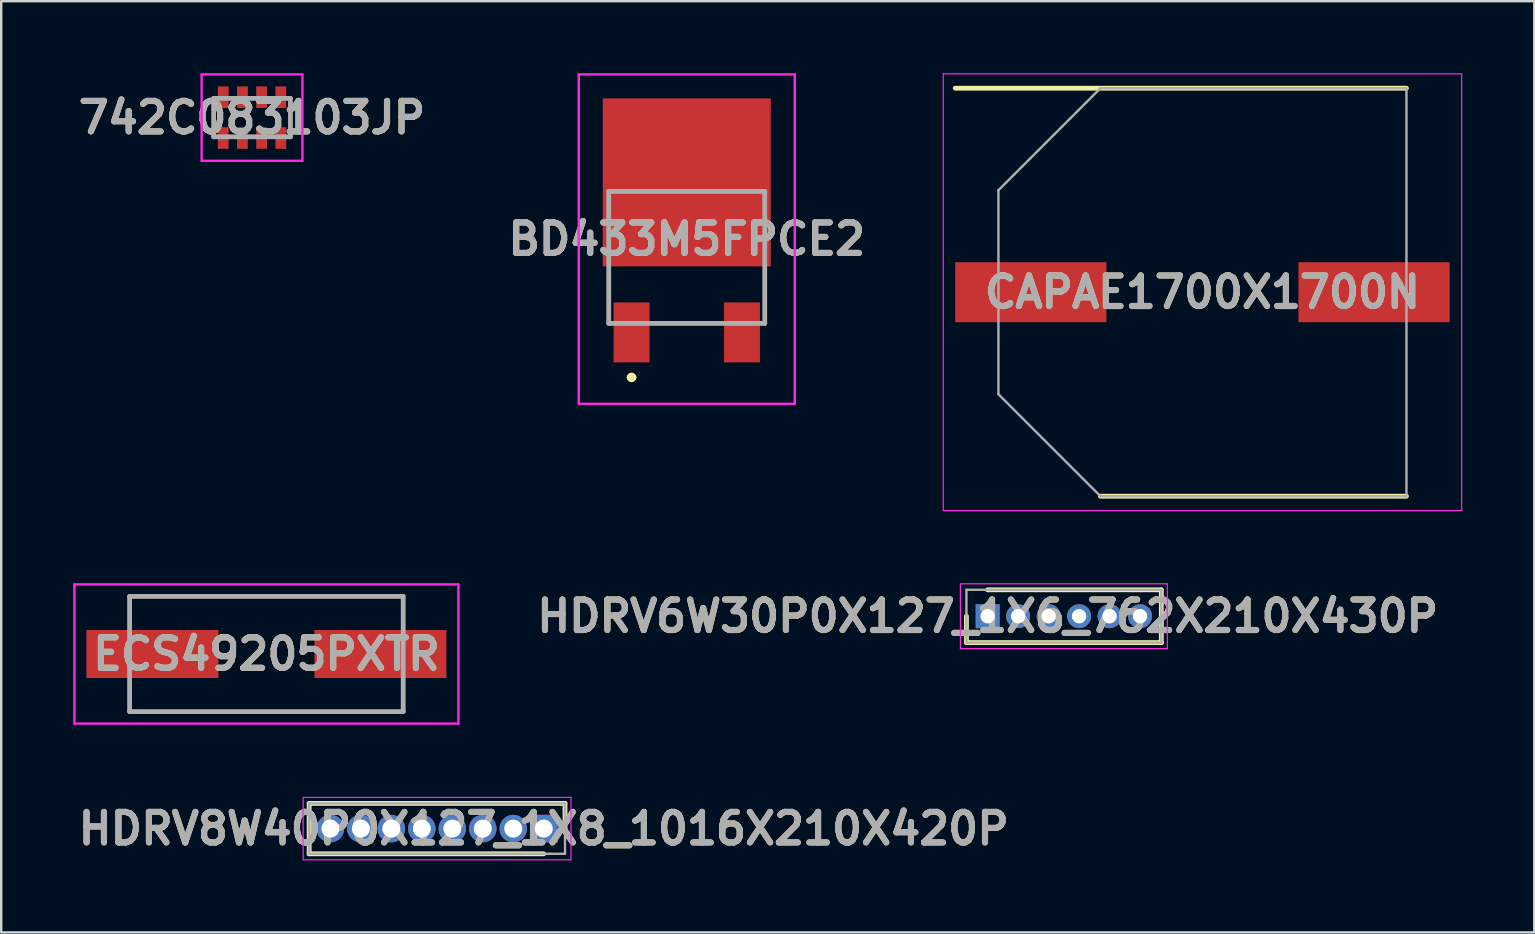
<source format=kicad_pcb>
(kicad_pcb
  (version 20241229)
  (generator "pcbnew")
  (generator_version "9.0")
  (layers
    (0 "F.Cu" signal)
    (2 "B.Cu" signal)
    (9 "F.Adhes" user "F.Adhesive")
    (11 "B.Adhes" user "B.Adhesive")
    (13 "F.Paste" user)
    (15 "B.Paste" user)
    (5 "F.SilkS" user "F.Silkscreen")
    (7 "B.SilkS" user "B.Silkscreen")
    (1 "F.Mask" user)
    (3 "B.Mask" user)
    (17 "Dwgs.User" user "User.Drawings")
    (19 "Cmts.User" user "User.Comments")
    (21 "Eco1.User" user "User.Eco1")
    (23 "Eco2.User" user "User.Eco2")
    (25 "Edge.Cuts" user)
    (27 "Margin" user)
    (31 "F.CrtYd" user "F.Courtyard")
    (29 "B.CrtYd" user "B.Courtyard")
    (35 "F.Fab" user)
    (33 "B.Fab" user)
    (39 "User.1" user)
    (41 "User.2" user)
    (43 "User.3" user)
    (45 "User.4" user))
  (footprint "742C083103JP"
    (layer "F.Cu")
    (at 7.451 1.85)
    (property "Reference" "742C083103JP" (at 0 0 0) (layer "F.SilkS") (effects (font (size 1.27 1.27) (thickness 0.254))))
    (attr smd)
    (fp_line (start -1.6 -0.85) (end -1.6 0.8) (stroke (width 0.1) (type solid)) (layer "F.SilkS"))
    (fp_line (start 1.6 -0.85) (end 1.6 0.8) (stroke (width 0.1) (type solid)) (layer "F.SilkS"))
    (fp_line (start -2.1 -1.8) (end 2.1 -1.8) (stroke (width 0.1) (type solid)) (layer "F.CrtYd"))
    (fp_line (start -2.1 1.8) (end -2.1 -1.8) (stroke (width 0.1) (type solid)) (layer "F.CrtYd"))
    (fp_line (start 2.1 -1.8) (end 2.1 1.8) (stroke (width 0.1) (type solid)) (layer "F.CrtYd"))
    (fp_line (start 2.1 1.8) (end -2.1 1.8) (stroke (width 0.1) (type solid)) (layer "F.CrtYd"))
    (fp_line (start -1.6 -0.8) (end 1.6 -0.8) (stroke (width 0.2) (type solid)) (layer "F.Fab"))
    (fp_line (start -1.6 0.8) (end -1.6 -0.8) (stroke (width 0.2) (type solid)) (layer "F.Fab"))
    (fp_line (start 1.6 -0.8) (end 1.6 0.8) (stroke (width 0.2) (type solid)) (layer "F.Fab"))
    (fp_line (start 1.6 0.8) (end -1.6 0.8) (stroke (width 0.2) (type solid)) (layer "F.Fab"))
    (fp_text user "${REFERENCE}" (at 0 0 0) (layer "F.Fab") (effects (font (size 1.27 1.27) (thickness 0.254))))
    (pad "1" smd rect (at -1.2 0.85) (size 0.45 0.9) (layers "F.Cu" "F.Mask" "F.Paste"))
    (pad "2" smd rect (at -0.4 0.85) (size 0.45 0.9) (layers "F.Cu" "F.Mask" "F.Paste"))
    (pad "3" smd rect (at 0.4 0.85) (size 0.45 0.9) (layers "F.Cu" "F.Mask" "F.Paste"))
    (pad "4" smd rect (at 1.2 0.85) (size 0.45 0.9) (layers "F.Cu" "F.Mask" "F.Paste"))
    (pad "5" smd rect (at 1.2 -0.85) (size 0.45 0.9) (layers "F.Cu" "F.Mask" "F.Paste"))
    (pad "6" smd rect (at 0.4 -0.85) (size 0.45 0.9) (layers "F.Cu" "F.Mask" "F.Paste"))
    (pad "7" smd rect (at -0.4 -0.85) (size 0.45 0.9) (layers "F.Cu" "F.Mask" "F.Paste"))
    (pad "8" smd rect (at -1.2 -0.85) (size 0.45 0.9) (layers "F.Cu" "F.Mask" "F.Paste")))
  (footprint "ECS49205PXTR"
    (layer "F.Cu")
    (at 8.05 24.2)
    (property "Reference" "ECS49205PXTR" (at 0 0 0) (layer "F.SilkS") (effects (font (size 1.27 1.27) (thickness 0.254))))
    (attr smd)
    (fp_line (start -5.7 -2.4) (end 5.7 -2.4) (stroke (width 0.1) (type solid)) (layer "F.SilkS"))
    (fp_line (start -5.7 -1.5) (end -5.7 -2.4) (stroke (width 0.1) (type solid)) (layer "F.SilkS"))
    (fp_line (start -5.7 1.5) (end -5.7 2.4) (stroke (width 0.1) (type solid)) (layer "F.SilkS"))
    (fp_line (start -5.7 2.4) (end 5.7 2.4) (stroke (width 0.1) (type solid)) (layer "F.SilkS"))
    (fp_line (start 5.7 -2.4) (end 5.7 -1.5) (stroke (width 0.1) (type solid)) (layer "F.SilkS"))
    (fp_line (start 5.7 2.4) (end 5.7 1.5) (stroke (width 0.1) (type solid)) (layer "F.SilkS"))
    (fp_line (start -8 -2.9) (end 8 -2.9) (stroke (width 0.1) (type solid)) (layer "F.CrtYd"))
    (fp_line (start -8 2.9) (end -8 -2.9) (stroke (width 0.1) (type solid)) (layer "F.CrtYd"))
    (fp_line (start 8 -2.9) (end 8 2.9) (stroke (width 0.1) (type solid)) (layer "F.CrtYd"))
    (fp_line (start 8 2.9) (end -8 2.9) (stroke (width 0.1) (type solid)) (layer "F.CrtYd"))
    (fp_line (start -5.7 -2.4) (end 5.7 -2.4) (stroke (width 0.2) (type solid)) (layer "F.Fab"))
    (fp_line (start -5.7 2.4) (end -5.7 -2.4) (stroke (width 0.2) (type solid)) (layer "F.Fab"))
    (fp_line (start 5.7 -2.4) (end 5.7 2.4) (stroke (width 0.2) (type solid)) (layer "F.Fab"))
    (fp_line (start 5.7 2.4) (end -5.7 2.4) (stroke (width 0.2) (type solid)) (layer "F.Fab"))
    (fp_text user "${REFERENCE}" (at 0 0 0) (layer "F.Fab") (effects (font (size 1.27 1.27) (thickness 0.254))))
    (pad "1" smd rect (at -4.75 0 90) (size 2 5.5) (layers "F.Cu" "F.Mask" "F.Paste"))
    (pad "2" smd rect (at 4.75 0 90) (size 2 5.5) (layers "F.Cu" "F.Mask" "F.Paste")))
  (footprint "CAPAE1700X1700N"
    (layer "F.Cu")
    (at 47.051 9.125)
    (property "Reference" "CAPAE1700X1700N" (at 0 0 0) (layer "F.SilkS") (effects (font (size 1.27 1.27) (thickness 0.254))))
    (attr smd)
    (fp_line (start -10.3 -8.5) (end 8.5 -8.5) (stroke (width 0.2) (type solid)) (layer "F.SilkS"))
    (fp_line (start -4.25 8.5) (end 8.5 8.5) (stroke (width 0.2) (type solid)) (layer "F.SilkS"))
    (fp_line (start -10.8 -9.1) (end 10.8 -9.1) (stroke (width 0.05) (type solid)) (layer "F.CrtYd"))
    (fp_line (start -10.8 9.1) (end -10.8 -9.1) (stroke (width 0.05) (type solid)) (layer "F.CrtYd"))
    (fp_line (start 10.8 -9.1) (end 10.8 9.1) (stroke (width 0.05) (type solid)) (layer "F.CrtYd"))
    (fp_line (start 10.8 9.1) (end -10.8 9.1) (stroke (width 0.05) (type solid)) (layer "F.CrtYd"))
    (fp_line (start -8.5 -4.25) (end -8.5 4.25) (stroke (width 0.1) (type solid)) (layer "F.Fab"))
    (fp_line (start -8.5 4.25) (end -4.25 8.5) (stroke (width 0.1) (type solid)) (layer "F.Fab"))
    (fp_line (start -4.25 -8.5) (end -8.5 -4.25) (stroke (width 0.1) (type solid)) (layer "F.Fab"))
    (fp_line (start -4.25 8.5) (end 8.5 8.5) (stroke (width 0.1) (type solid)) (layer "F.Fab"))
    (fp_line (start 8.5 -8.5) (end -4.25 -8.5) (stroke (width 0.1) (type solid)) (layer "F.Fab"))
    (fp_line (start 8.5 8.5) (end 8.5 -8.5) (stroke (width 0.1) (type solid)) (layer "F.Fab"))
    (fp_text user "${REFERENCE}" (at 0 0 0) (layer "F.Fab") (effects (font (size 1.27 1.27) (thickness 0.254))))
    (pad "1" smd rect (at -7.15 0 90) (size 2.5 6.3) (layers "F.Cu" "F.Mask" "F.Paste"))
    (pad "2" smd rect (at 7.15 0 90) (size 2.5 6.3) (layers "F.Cu" "F.Mask" "F.Paste")))
  (footprint "HDRV8W40P0X127_1X8_1016X210X420P"
    (layer "F.Cu")
    (at 19.606 31.475)
    (property "Reference" "HDRV8W40P0X127_1X8_1016X210X420P" (at 0 0 0) (layer "F.SilkS") (effects (font (size 1.27 1.27) (thickness 0.254))))
    (attr through_hole)
    (fp_line (start -9.775 -1.05) (end 0.885 -1.05) (stroke (width 0.2) (type solid)) (layer "F.SilkS"))
    (fp_line (start -9.775 1.05) (end -9.775 -1.05) (stroke (width 0.2) (type solid)) (layer "F.SilkS"))
    (fp_line (start 0 1.05) (end -9.775 1.05) (stroke (width 0.2) (type solid)) (layer "F.SilkS"))
    (fp_line (start 0.885 -1.05) (end 0.885 0) (stroke (width 0.2) (type solid)) (layer "F.SilkS"))
    (fp_line (start -10.025 -1.3) (end 1.135 -1.3) (stroke (width 0.05) (type solid)) (layer "F.CrtYd"))
    (fp_line (start -10.025 1.3) (end -10.025 -1.3) (stroke (width 0.05) (type solid)) (layer "F.CrtYd"))
    (fp_line (start 1.135 -1.3) (end 1.135 1.3) (stroke (width 0.05) (type solid)) (layer "F.CrtYd"))
    (fp_line (start 1.135 1.3) (end -10.025 1.3) (stroke (width 0.05) (type solid)) (layer "F.CrtYd"))
    (fp_line (start -9.775 -1.05) (end 0.885 -1.05) (stroke (width 0.1) (type solid)) (layer "F.Fab"))
    (fp_line (start -9.775 1.05) (end -9.775 -1.05) (stroke (width 0.1) (type solid)) (layer "F.Fab"))
    (fp_line (start 0.885 -1.05) (end 0.885 1.05) (stroke (width 0.1) (type solid)) (layer "F.Fab"))
    (fp_line (start 0.885 1.05) (end -9.775 1.05) (stroke (width 0.1) (type solid)) (layer "F.Fab"))
    (fp_text user "${REFERENCE}" (at 0 0 0) (layer "F.Fab") (effects (font (size 1.27 1.27) (thickness 0.254))))
    (pad "1" thru_hole rect (at 0 0) (size 1.15 1.15) (drill 0.75) (layers "*.Cu" "*.Mask"))
    (pad "2" thru_hole circle (at -1.27 0) (size 1.15 1.15) (drill 0.75) (layers "*.Cu" "*.Mask"))
    (pad "3" thru_hole circle (at -2.54 0) (size 1.15 1.15) (drill 0.75) (layers "*.Cu" "*.Mask"))
    (pad "4" thru_hole circle (at -3.81 0) (size 1.15 1.15) (drill 0.75) (layers "*.Cu" "*.Mask"))
    (pad "5" thru_hole circle (at -5.08 0) (size 1.15 1.15) (drill 0.75) (layers "*.Cu" "*.Mask"))
    (pad "6" thru_hole circle (at -6.35 0) (size 1.15 1.15) (drill 0.75) (layers "*.Cu" "*.Mask"))
    (pad "7" thru_hole circle (at -7.62 0) (size 1.15 1.15) (drill 0.75) (layers "*.Cu" "*.Mask"))
    (pad "8" thru_hole circle (at -8.89 0) (size 1.15 1.15) (drill 0.75) (layers "*.Cu" "*.Mask")))
  (footprint "HDRV6W30P0X127_1X6_762X210X430P"
    (layer "F.Cu")
    (at 38.102 22.625)
    (property "Reference" "HDRV6W30P0X127_1X6_762X210X430P" (at 0 0 0) (layer "F.SilkS") (effects (font (size 1.27 1.27) (thickness 0.254))))
    (attr through_hole)
    (fp_line (start -0.885 0) (end -0.885 1.1) (stroke (width 0.2) (type solid)) (layer "F.SilkS"))
    (fp_line (start -0.885 1.1) (end 7.235 1.1) (stroke (width 0.2) (type solid)) (layer "F.SilkS"))
    (fp_line (start 7.235 -1.1) (end 0 -1.1) (stroke (width 0.2) (type solid)) (layer "F.SilkS"))
    (fp_line (start 7.235 1.1) (end 7.235 -1.1) (stroke (width 0.2) (type solid)) (layer "F.SilkS"))
    (fp_line (start -1.135 -1.35) (end 7.485 -1.35) (stroke (width 0.05) (type solid)) (layer "F.CrtYd"))
    (fp_line (start -1.135 1.35) (end -1.135 -1.35) (stroke (width 0.05) (type solid)) (layer "F.CrtYd"))
    (fp_line (start 7.485 -1.35) (end 7.485 1.35) (stroke (width 0.05) (type solid)) (layer "F.CrtYd"))
    (fp_line (start 7.485 1.35) (end -1.135 1.35) (stroke (width 0.05) (type solid)) (layer "F.CrtYd"))
    (fp_line (start -0.885 -1.1) (end 7.235 -1.1) (stroke (width 0.1) (type solid)) (layer "F.Fab"))
    (fp_line (start -0.885 1.1) (end -0.885 -1.1) (stroke (width 0.1) (type solid)) (layer "F.Fab"))
    (fp_line (start 7.235 -1.1) (end 7.235 1.1) (stroke (width 0.1) (type solid)) (layer "F.Fab"))
    (fp_line (start 7.235 1.1) (end -0.885 1.1) (stroke (width 0.1) (type solid)) (layer "F.Fab"))
    (fp_text user "${REFERENCE}" (at 0 0 0) (layer "F.Fab") (effects (font (size 1.27 1.27) (thickness 0.254))))
    (pad "1" thru_hole rect (at 0 0) (size 1 1) (drill 0.6) (layers "*.Cu" "*.Mask"))
    (pad "2" thru_hole circle (at 1.27 0) (size 1 1) (drill 0.6) (layers "*.Cu" "*.Mask"))
    (pad "3" thru_hole circle (at 2.54 0) (size 1 1) (drill 0.6) (layers "*.Cu" "*.Mask"))
    (pad "4" thru_hole circle (at 3.81 0) (size 1 1) (drill 0.6) (layers "*.Cu" "*.Mask"))
    (pad "5" thru_hole circle (at 5.08 0) (size 1 1) (drill 0.6) (layers "*.Cu" "*.Mask"))
    (pad "6" thru_hole circle (at 6.35 0) (size 1 1) (drill 0.6) (layers "*.Cu" "*.Mask")))
  (footprint "BD433M5FPCE2"
    (layer "F.Cu")
    (at 25.564 7.675)
    (property "Reference" "BD433M5FPCE2" (at 0 -0.762 0) (layer "F.SilkS") (effects (font (size 1.27 1.27) (thickness 0.254))))
    (attr smd)
    (fp_line (start -2.4 5) (end -2.4 5) (stroke (width 0.2) (type solid)) (layer "F.SilkS"))
    (fp_line (start -2.2 5) (end -2.2 5) (stroke (width 0.2) (type solid)) (layer "F.SilkS"))
    (fp_line (start -1.2 2.75) (end 1.2 2.75) (stroke (width 0.1) (type solid)) (layer "F.SilkS"))
    (fp_arc (start -2.4 5) (mid -2.3 4.9) (end -2.2 5) (stroke (width 0.2) (type solid)) (layer "F.SilkS"))
    (fp_arc (start -2.2 5) (mid -2.3 5.1) (end -2.4 5) (stroke (width 0.2) (type solid)) (layer "F.SilkS"))
    (fp_line (start -4.5 -7.625) (end 4.5 -7.625) (stroke (width 0.1) (type solid)) (layer "F.CrtYd"))
    (fp_line (start -4.5 6.1) (end -4.5 -7.625) (stroke (width 0.1) (type solid)) (layer "F.CrtYd"))
    (fp_line (start 4.5 -7.625) (end 4.5 6.1) (stroke (width 0.1) (type solid)) (layer "F.CrtYd"))
    (fp_line (start 4.5 6.1) (end -4.5 6.1) (stroke (width 0.1) (type solid)) (layer "F.CrtYd"))
    (fp_line (start -3.25 -2.75) (end 3.25 -2.75) (stroke (width 0.2) (type solid)) (layer "F.Fab"))
    (fp_line (start -3.25 2.75) (end -3.25 -2.75) (stroke (width 0.2) (type solid)) (layer "F.Fab"))
    (fp_line (start 3.25 -2.75) (end 3.25 2.75) (stroke (width 0.2) (type solid)) (layer "F.Fab"))
    (fp_line (start 3.25 2.75) (end -3.25 2.75) (stroke (width 0.2) (type solid)) (layer "F.Fab"))
    (fp_text user "${REFERENCE}" (at 0 -0.762 0) (layer "F.Fab") (effects (font (size 1.27 1.27) (thickness 0.254))))
    (pad "1" smd rect (at -2.3 3.125) (size 1.5 2.5) (layers "F.Cu" "F.Mask" "F.Paste"))
    (pad "2" smd rect (at 0 -3.125) (size 7 7) (layers "F.Cu" "F.Mask" "F.Paste"))
    (pad "3" smd rect (at 2.3 3.125) (size 1.5 2.5) (layers "F.Cu" "F.Mask" "F.Paste")))
  (gr_rect
    (start -3 -3)
    (end 60.876 35.8)
    (stroke (width 0.1) (type default))
    (fill no)
    (layer "Edge.Cuts")))
</source>
